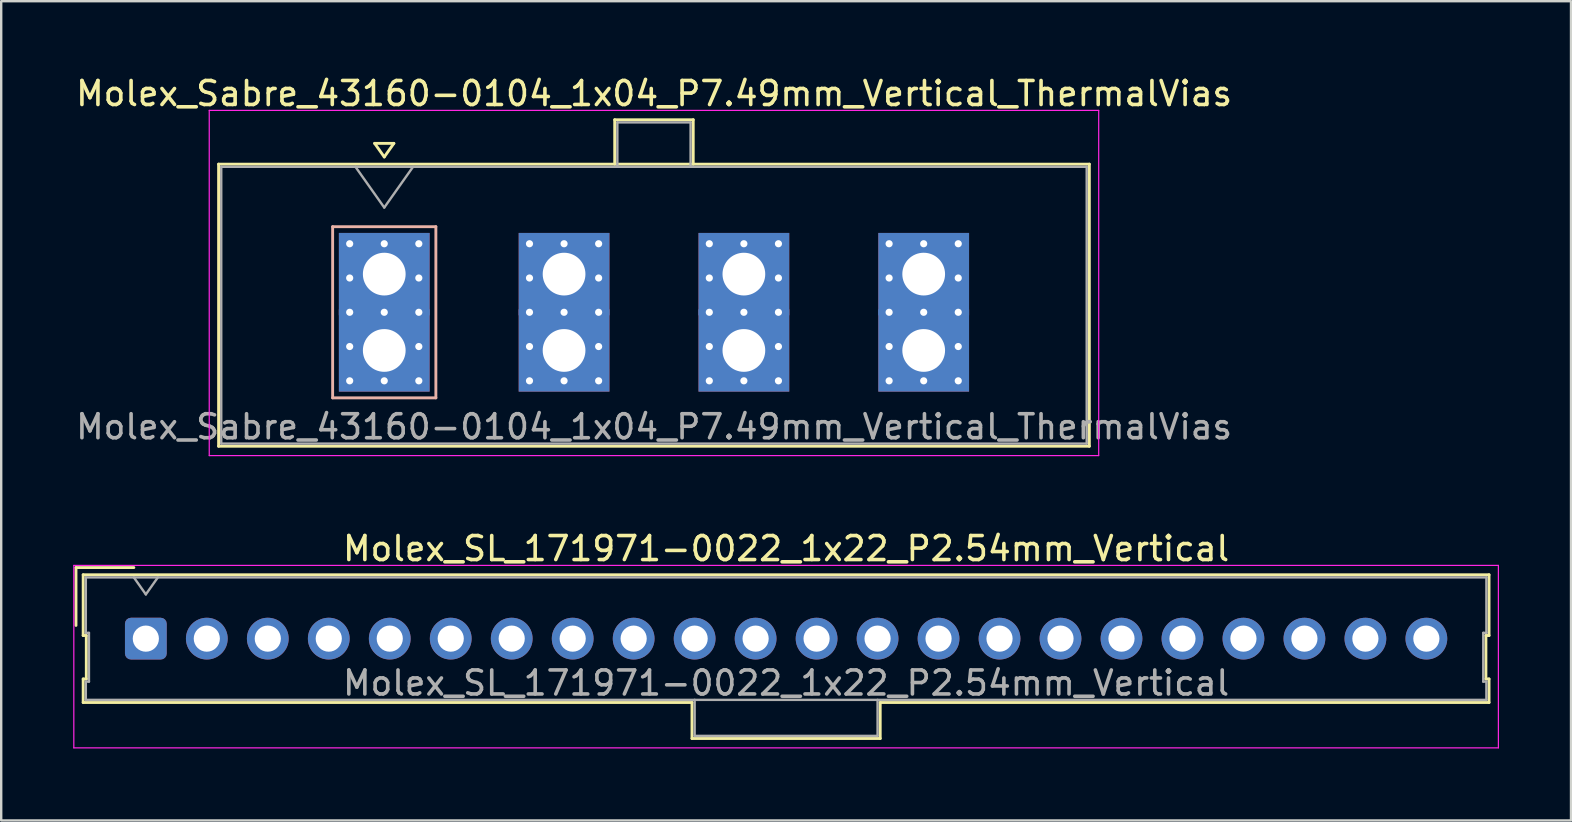
<source format=kicad_pcb>
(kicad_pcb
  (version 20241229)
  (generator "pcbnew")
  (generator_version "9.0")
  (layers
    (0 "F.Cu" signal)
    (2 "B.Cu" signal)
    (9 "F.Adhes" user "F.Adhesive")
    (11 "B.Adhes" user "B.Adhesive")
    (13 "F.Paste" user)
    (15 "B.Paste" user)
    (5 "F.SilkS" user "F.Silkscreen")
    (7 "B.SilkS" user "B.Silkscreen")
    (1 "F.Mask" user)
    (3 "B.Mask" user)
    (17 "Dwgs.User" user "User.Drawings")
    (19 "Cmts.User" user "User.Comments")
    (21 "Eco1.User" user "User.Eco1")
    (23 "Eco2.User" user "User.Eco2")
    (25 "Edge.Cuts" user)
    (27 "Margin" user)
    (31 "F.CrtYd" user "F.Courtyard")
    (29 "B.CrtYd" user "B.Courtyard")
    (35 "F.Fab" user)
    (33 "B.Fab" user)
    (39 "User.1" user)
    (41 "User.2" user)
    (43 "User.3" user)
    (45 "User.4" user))
  (footprint "Molex_Sabre_43160-0104_1x04_P7.49mm_Vertical_ThermalVias"
    (layer "F.Cu")
    (at 12.956 11.548)
    (property "Reference" "Molex_Sabre_43160-0104_1x04_P7.49mm_Vertical_ThermalVias" (at 11.24 -10.7 0) (layer "F.SilkS") (effects (font (size 1 1) (thickness 0.15))))
    (attr through_hole)
    (fp_line (start -6.9 -7.76) (end -6.9 3.99) (stroke (width 0.12) (type solid)) (layer "F.SilkS"))
    (fp_line (start -6.9 3.99) (end 29.37 3.99) (stroke (width 0.12) (type solid)) (layer "F.SilkS"))
    (fp_line (start -0.4 -8.626) (end 0 -8.06) (stroke (width 0.12) (type solid)) (layer "F.SilkS"))
    (fp_line (start 0 -8.06) (end 0.4 -8.626) (stroke (width 0.12) (type solid)) (layer "F.SilkS"))
    (fp_line (start 0.4 -8.626) (end -0.4 -8.626) (stroke (width 0.12) (type solid)) (layer "F.SilkS"))
    (fp_line (start 9.6 -9.61) (end 12.87 -9.61) (stroke (width 0.12) (type solid)) (layer "F.SilkS"))
    (fp_line (start 9.6 -7.76) (end 9.6 -9.61) (stroke (width 0.12) (type solid)) (layer "F.SilkS"))
    (fp_line (start 12.87 -9.61) (end 12.87 -7.76) (stroke (width 0.12) (type solid)) (layer "F.SilkS"))
    (fp_line (start 29.37 -7.76) (end -6.9 -7.76) (stroke (width 0.12) (type solid)) (layer "F.SilkS"))
    (fp_line (start 29.37 3.99) (end 29.37 -7.76) (stroke (width 0.12) (type solid)) (layer "F.SilkS"))
    (fp_line (start -2.15 -5.155) (end -2.15 1.975) (stroke (width 0.12) (type solid)) (layer "B.SilkS"))
    (fp_line (start -2.15 1.975) (end 2.15 1.975) (stroke (width 0.12) (type solid)) (layer "B.SilkS"))
    (fp_line (start 2.15 -5.155) (end -2.15 -5.155) (stroke (width 0.12) (type solid)) (layer "B.SilkS"))
    (fp_line (start 2.15 1.975) (end 2.15 -5.155) (stroke (width 0.12) (type solid)) (layer "B.SilkS"))
    (fp_line (start -7.29 -10) (end -7.29 4.38) (stroke (width 0.05) (type solid)) (layer "F.CrtYd"))
    (fp_line (start -7.29 4.38) (end 29.76 4.38) (stroke (width 0.05) (type solid)) (layer "F.CrtYd"))
    (fp_line (start 29.76 -10) (end -7.29 -10) (stroke (width 0.05) (type solid)) (layer "F.CrtYd"))
    (fp_line (start 29.76 4.38) (end 29.76 -10) (stroke (width 0.05) (type solid)) (layer "F.CrtYd"))
    (fp_line (start -6.79 -7.65) (end -6.79 3.88) (stroke (width 0.1) (type solid)) (layer "F.Fab"))
    (fp_line (start -6.79 3.88) (end 29.26 3.88) (stroke (width 0.1) (type solid)) (layer "F.Fab"))
    (fp_line (start -1.2 -7.65) (end 0 -5.953) (stroke (width 0.1) (type solid)) (layer "F.Fab"))
    (fp_line (start 0 -5.953) (end 1.2 -7.65) (stroke (width 0.1) (type solid)) (layer "F.Fab"))
    (fp_line (start 9.71 -9.5) (end 12.76 -9.5) (stroke (width 0.1) (type solid)) (layer "F.Fab"))
    (fp_line (start 9.71 -7.65) (end 9.71 -9.5) (stroke (width 0.1) (type solid)) (layer "F.Fab"))
    (fp_line (start 12.76 -9.5) (end 12.76 -7.65) (stroke (width 0.1) (type solid)) (layer "F.Fab"))
    (fp_line (start 29.26 -7.65) (end -6.79 -7.65) (stroke (width 0.1) (type solid)) (layer "F.Fab"))
    (fp_line (start 29.26 3.88) (end 29.26 -7.65) (stroke (width 0.1) (type solid)) (layer "F.Fab"))
    (fp_text user "${REFERENCE}" (at 11.24 3.18 0) (layer "F.Fab") (effects (font (size 1 1) (thickness 0.15))))
    (pad "1" thru_hole rect (at -1.44 -4.445) (size 0.6 0.6) (drill 0.3) (layers "*.Cu" "*.Mask"))
    (pad "1" thru_hole rect (at -1.44 -3.018) (size 0.6 0.6) (drill 0.3) (layers "*.Cu" "*.Mask"))
    (pad "1" thru_hole rect (at -1.44 -1.59) (size 0.6 0.6) (drill 0.3) (layers "*.Cu" "*.Mask"))
    (pad "1" thru_hole rect (at -1.44 -0.163) (size 0.6 0.6) (drill 0.3) (layers "*.Cu" "*.Mask"))
    (pad "1" thru_hole rect (at -1.44 1.265) (size 0.6 0.6) (drill 0.3) (layers "*.Cu" "*.Mask"))
    (pad "1" thru_hole rect (at 0 -4.445) (size 0.6 0.6) (drill 0.3) (layers "*.Cu" "*.Mask"))
    (pad "1" thru_hole rect (at 0 -3.18) (size 3.78 3.43) (drill 1.78) (layers "*.Cu" "*.Mask"))
    (pad "1" thru_hole rect (at 0 -1.59) (size 0.6 0.6) (drill 0.3) (layers "*.Cu" "*.Mask"))
    (pad "1" thru_hole rect (at 0 0) (size 3.78 3.43) (drill 1.78) (layers "*.Cu" "*.Mask"))
    (pad "1" thru_hole rect (at 0 1.265) (size 0.6 0.6) (drill 0.3) (layers "*.Cu" "*.Mask"))
    (pad "1" thru_hole rect (at 1.44 -4.445) (size 0.6 0.6) (drill 0.3) (layers "*.Cu" "*.Mask"))
    (pad "1" thru_hole rect (at 1.44 -3.018) (size 0.6 0.6) (drill 0.3) (layers "*.Cu" "*.Mask"))
    (pad "1" thru_hole rect (at 1.44 -1.59) (size 0.6 0.6) (drill 0.3) (layers "*.Cu" "*.Mask"))
    (pad "1" thru_hole rect (at 1.44 -0.163) (size 0.6 0.6) (drill 0.3) (layers "*.Cu" "*.Mask"))
    (pad "1" thru_hole rect (at 1.44 1.265) (size 0.6 0.6) (drill 0.3) (layers "*.Cu" "*.Mask"))
    (pad "2" thru_hole circle (at 6.05 -4.445) (size 0.6 0.6) (drill 0.3) (layers "*.Cu" "*.Mask"))
    (pad "2" thru_hole circle (at 6.05 -3.018) (size 0.6 0.6) (drill 0.3) (layers "*.Cu" "*.Mask"))
    (pad "2" thru_hole circle (at 6.05 -1.59) (size 0.6 0.6) (drill 0.3) (layers "*.Cu" "*.Mask"))
    (pad "2" thru_hole circle (at 6.05 -0.163) (size 0.6 0.6) (drill 0.3) (layers "*.Cu" "*.Mask"))
    (pad "2" thru_hole circle (at 6.05 1.265) (size 0.6 0.6) (drill 0.3) (layers "*.Cu" "*.Mask"))
    (pad "2" thru_hole circle (at 7.49 -4.445) (size 0.6 0.6) (drill 0.3) (layers "*.Cu" "*.Mask"))
    (pad "2" thru_hole rect (at 7.49 -3.18) (size 3.78 3.43) (drill 1.78) (layers "*.Cu" "*.Mask"))
    (pad "2" thru_hole circle (at 7.49 -1.59) (size 0.6 0.6) (drill 0.3) (layers "*.Cu" "*.Mask"))
    (pad "2" thru_hole rect (at 7.49 0) (size 3.78 3.43) (drill 1.78) (layers "*.Cu" "*.Mask"))
    (pad "2" thru_hole circle (at 7.49 1.265) (size 0.6 0.6) (drill 0.3) (layers "*.Cu" "*.Mask"))
    (pad "2" thru_hole circle (at 8.93 -4.445) (size 0.6 0.6) (drill 0.3) (layers "*.Cu" "*.Mask"))
    (pad "2" thru_hole circle (at 8.93 -3.018) (size 0.6 0.6) (drill 0.3) (layers "*.Cu" "*.Mask"))
    (pad "2" thru_hole circle (at 8.93 -1.59) (size 0.6 0.6) (drill 0.3) (layers "*.Cu" "*.Mask"))
    (pad "2" thru_hole circle (at 8.93 -0.163) (size 0.6 0.6) (drill 0.3) (layers "*.Cu" "*.Mask"))
    (pad "2" thru_hole circle (at 8.93 1.265) (size 0.6 0.6) (drill 0.3) (layers "*.Cu" "*.Mask"))
    (pad "3" thru_hole circle (at 13.54 -4.445) (size 0.6 0.6) (drill 0.3) (layers "*.Cu" "*.Mask"))
    (pad "3" thru_hole circle (at 13.54 -3.018) (size 0.6 0.6) (drill 0.3) (layers "*.Cu" "*.Mask"))
    (pad "3" thru_hole circle (at 13.54 -1.59) (size 0.6 0.6) (drill 0.3) (layers "*.Cu" "*.Mask"))
    (pad "3" thru_hole circle (at 13.54 -0.163) (size 0.6 0.6) (drill 0.3) (layers "*.Cu" "*.Mask"))
    (pad "3" thru_hole circle (at 13.54 1.265) (size 0.6 0.6) (drill 0.3) (layers "*.Cu" "*.Mask"))
    (pad "3" thru_hole circle (at 14.98 -4.445) (size 0.6 0.6) (drill 0.3) (layers "*.Cu" "*.Mask"))
    (pad "3" thru_hole rect (at 14.98 -3.18) (size 3.78 3.43) (drill 1.78) (layers "*.Cu" "*.Mask"))
    (pad "3" thru_hole circle (at 14.98 -1.59) (size 0.6 0.6) (drill 0.3) (layers "*.Cu" "*.Mask"))
    (pad "3" thru_hole rect (at 14.98 0) (size 3.78 3.43) (drill 1.78) (layers "*.Cu" "*.Mask"))
    (pad "3" thru_hole circle (at 14.98 1.265) (size 0.6 0.6) (drill 0.3) (layers "*.Cu" "*.Mask"))
    (pad "3" thru_hole circle (at 16.42 -4.445) (size 0.6 0.6) (drill 0.3) (layers "*.Cu" "*.Mask"))
    (pad "3" thru_hole circle (at 16.42 -3.018) (size 0.6 0.6) (drill 0.3) (layers "*.Cu" "*.Mask"))
    (pad "3" thru_hole circle (at 16.42 -1.59) (size 0.6 0.6) (drill 0.3) (layers "*.Cu" "*.Mask"))
    (pad "3" thru_hole circle (at 16.42 -0.163) (size 0.6 0.6) (drill 0.3) (layers "*.Cu" "*.Mask"))
    (pad "3" thru_hole circle (at 16.42 1.265) (size 0.6 0.6) (drill 0.3) (layers "*.Cu" "*.Mask"))
    (pad "4" thru_hole circle (at 21.03 -4.445) (size 0.6 0.6) (drill 0.3) (layers "*.Cu" "*.Mask"))
    (pad "4" thru_hole circle (at 21.03 -3.018) (size 0.6 0.6) (drill 0.3) (layers "*.Cu" "*.Mask"))
    (pad "4" thru_hole circle (at 21.03 -1.59) (size 0.6 0.6) (drill 0.3) (layers "*.Cu" "*.Mask"))
    (pad "4" thru_hole circle (at 21.03 -0.163) (size 0.6 0.6) (drill 0.3) (layers "*.Cu" "*.Mask"))
    (pad "4" thru_hole circle (at 21.03 1.265) (size 0.6 0.6) (drill 0.3) (layers "*.Cu" "*.Mask"))
    (pad "4" thru_hole circle (at 22.47 -4.445) (size 0.6 0.6) (drill 0.3) (layers "*.Cu" "*.Mask"))
    (pad "4" thru_hole rect (at 22.47 -3.18) (size 3.78 3.43) (drill 1.78) (layers "*.Cu" "*.Mask"))
    (pad "4" thru_hole circle (at 22.47 -1.59) (size 0.6 0.6) (drill 0.3) (layers "*.Cu" "*.Mask"))
    (pad "4" thru_hole rect (at 22.47 0) (size 3.78 3.43) (drill 1.78) (layers "*.Cu" "*.Mask"))
    (pad "4" thru_hole circle (at 22.47 1.265) (size 0.6 0.6) (drill 0.3) (layers "*.Cu" "*.Mask"))
    (pad "4" thru_hole circle (at 23.91 -4.445) (size 0.6 0.6) (drill 0.3) (layers "*.Cu" "*.Mask"))
    (pad "4" thru_hole circle (at 23.91 -3.018) (size 0.6 0.6) (drill 0.3) (layers "*.Cu" "*.Mask"))
    (pad "4" thru_hole circle (at 23.91 -1.59) (size 0.6 0.6) (drill 0.3) (layers "*.Cu" "*.Mask"))
    (pad "4" thru_hole circle (at 23.91 -0.163) (size 0.6 0.6) (drill 0.3) (layers "*.Cu" "*.Mask"))
    (pad "4" thru_hole circle (at 23.91 1.265) (size 0.6 0.6) (drill 0.3) (layers "*.Cu" "*.Mask")))
  (footprint "Molex_SL_171971-0022_1x22_P2.54mm_Vertical"
    (layer "F.Cu")
    (at 3.025 23.552)
    (property "Reference" "Molex_SL_171971-0022_1x22_P2.54mm_Vertical" (at 26.67 -3.75 0) (layer "F.SilkS") (effects (font (size 1 1) (thickness 0.15))))
    (attr through_hole)
    (fp_line (start -2.91 -2.96) (end -0.5 -2.96) (stroke (width 0.12) (type solid)) (layer "F.SilkS"))
    (fp_line (start -2.91 -0.55) (end -2.91 -2.96) (stroke (width 0.12) (type solid)) (layer "F.SilkS"))
    (fp_line (start -2.61 -2.66) (end -2.61 -0.13) (stroke (width 0.12) (type solid)) (layer "F.SilkS"))
    (fp_line (start -2.61 -0.13) (end -2.48 -0.13) (stroke (width 0.12) (type solid)) (layer "F.SilkS"))
    (fp_line (start -2.61 1.68) (end -2.61 2.66) (stroke (width 0.12) (type solid)) (layer "F.SilkS"))
    (fp_line (start -2.61 2.66) (end 22.75 2.66) (stroke (width 0.12) (type solid)) (layer "F.SilkS"))
    (fp_line (start -2.48 -0.13) (end -2.48 1.68) (stroke (width 0.12) (type solid)) (layer "F.SilkS"))
    (fp_line (start -2.48 1.68) (end -2.61 1.68) (stroke (width 0.12) (type solid)) (layer "F.SilkS"))
    (fp_line (start 22.75 2.66) (end 22.75 4.16) (stroke (width 0.12) (type solid)) (layer "F.SilkS"))
    (fp_line (start 22.75 4.16) (end 30.59 4.16) (stroke (width 0.12) (type solid)) (layer "F.SilkS"))
    (fp_line (start 30.59 2.66) (end 55.95 2.66) (stroke (width 0.12) (type solid)) (layer "F.SilkS"))
    (fp_line (start 30.59 4.16) (end 30.59 2.66) (stroke (width 0.12) (type solid)) (layer "F.SilkS"))
    (fp_line (start 55.82 -0.13) (end 55.95 -0.13) (stroke (width 0.12) (type solid)) (layer "F.SilkS"))
    (fp_line (start 55.82 1.68) (end 55.82 -0.13) (stroke (width 0.12) (type solid)) (layer "F.SilkS"))
    (fp_line (start 55.95 -2.66) (end -2.61 -2.66) (stroke (width 0.12) (type solid)) (layer "F.SilkS"))
    (fp_line (start 55.95 -0.13) (end 55.95 -2.66) (stroke (width 0.12) (type solid)) (layer "F.SilkS"))
    (fp_line (start 55.95 1.68) (end 55.82 1.68) (stroke (width 0.12) (type solid)) (layer "F.SilkS"))
    (fp_line (start 55.95 2.66) (end 55.95 1.68) (stroke (width 0.12) (type solid)) (layer "F.SilkS"))
    (fp_line (start -3 -3.05) (end -3 4.55) (stroke (width 0.05) (type solid)) (layer "F.CrtYd"))
    (fp_line (start -3 4.55) (end 56.34 4.55) (stroke (width 0.05) (type solid)) (layer "F.CrtYd"))
    (fp_line (start 56.34 -3.05) (end -3 -3.05) (stroke (width 0.05) (type solid)) (layer "F.CrtYd"))
    (fp_line (start 56.34 4.55) (end 56.34 -3.05) (stroke (width 0.05) (type solid)) (layer "F.CrtYd"))
    (fp_line (start -2.5 -2.55) (end -2.5 -0.24) (stroke (width 0.1) (type solid)) (layer "F.Fab"))
    (fp_line (start -2.5 -0.24) (end -2.37 -0.24) (stroke (width 0.1) (type solid)) (layer "F.Fab"))
    (fp_line (start -2.5 1.79) (end -2.5 2.55) (stroke (width 0.1) (type solid)) (layer "F.Fab"))
    (fp_line (start -2.5 2.55) (end 55.84 2.55) (stroke (width 0.1) (type solid)) (layer "F.Fab"))
    (fp_line (start -2.37 -0.24) (end -2.37 1.79) (stroke (width 0.1) (type solid)) (layer "F.Fab"))
    (fp_line (start -2.37 1.79) (end -2.5 1.79) (stroke (width 0.1) (type solid)) (layer "F.Fab"))
    (fp_line (start 0 -1.843) (end -0.5 -2.55) (stroke (width 0.1) (type solid)) (layer "F.Fab"))
    (fp_line (start 0.5 -2.55) (end 0 -1.843) (stroke (width 0.1) (type solid)) (layer "F.Fab"))
    (fp_line (start 22.86 2.55) (end 22.86 4.05) (stroke (width 0.1) (type solid)) (layer "F.Fab"))
    (fp_line (start 22.86 4.05) (end 30.48 4.05) (stroke (width 0.1) (type solid)) (layer "F.Fab"))
    (fp_line (start 30.48 4.05) (end 30.48 2.55) (stroke (width 0.1) (type solid)) (layer "F.Fab"))
    (fp_line (start 55.71 -0.24) (end 55.84 -0.24) (stroke (width 0.1) (type solid)) (layer "F.Fab"))
    (fp_line (start 55.71 1.79) (end 55.71 -0.24) (stroke (width 0.1) (type solid)) (layer "F.Fab"))
    (fp_line (start 55.84 -2.55) (end -2.5 -2.55) (stroke (width 0.1) (type solid)) (layer "F.Fab"))
    (fp_line (start 55.84 -0.24) (end 55.84 -2.55) (stroke (width 0.1) (type solid)) (layer "F.Fab"))
    (fp_line (start 55.84 1.79) (end 55.71 1.79) (stroke (width 0.1) (type solid)) (layer "F.Fab"))
    (fp_line (start 55.84 2.55) (end 55.84 1.79) (stroke (width 0.1) (type solid)) (layer "F.Fab"))
    (fp_text user "${REFERENCE}" (at 26.67 1.85 0) (layer "F.Fab") (effects (font (size 1 1) (thickness 0.15))))
    (pad "1" thru_hole roundrect (at 0 0) (size 1.74 1.74) (drill 1.09) (layers "*.Cu" "*.Mask") (roundrect_rratio 0.144))
    (pad "2" thru_hole circle (at 2.54 0) (size 1.74 1.74) (drill 1.09) (layers "*.Cu" "*.Mask"))
    (pad "3" thru_hole circle (at 5.08 0) (size 1.74 1.74) (drill 1.09) (layers "*.Cu" "*.Mask"))
    (pad "4" thru_hole circle (at 7.62 0) (size 1.74 1.74) (drill 1.09) (layers "*.Cu" "*.Mask"))
    (pad "5" thru_hole circle (at 10.16 0) (size 1.74 1.74) (drill 1.09) (layers "*.Cu" "*.Mask"))
    (pad "6" thru_hole circle (at 12.7 0) (size 1.74 1.74) (drill 1.09) (layers "*.Cu" "*.Mask"))
    (pad "7" thru_hole circle (at 15.24 0) (size 1.74 1.74) (drill 1.09) (layers "*.Cu" "*.Mask"))
    (pad "8" thru_hole circle (at 17.78 0) (size 1.74 1.74) (drill 1.09) (layers "*.Cu" "*.Mask"))
    (pad "9" thru_hole circle (at 20.32 0) (size 1.74 1.74) (drill 1.09) (layers "*.Cu" "*.Mask"))
    (pad "10" thru_hole circle (at 22.86 0) (size 1.74 1.74) (drill 1.09) (layers "*.Cu" "*.Mask"))
    (pad "11" thru_hole circle (at 25.4 0) (size 1.74 1.74) (drill 1.09) (layers "*.Cu" "*.Mask"))
    (pad "12" thru_hole circle (at 27.94 0) (size 1.74 1.74) (drill 1.09) (layers "*.Cu" "*.Mask"))
    (pad "13" thru_hole circle (at 30.48 0) (size 1.74 1.74) (drill 1.09) (layers "*.Cu" "*.Mask"))
    (pad "14" thru_hole circle (at 33.02 0) (size 1.74 1.74) (drill 1.09) (layers "*.Cu" "*.Mask"))
    (pad "15" thru_hole circle (at 35.56 0) (size 1.74 1.74) (drill 1.09) (layers "*.Cu" "*.Mask"))
    (pad "16" thru_hole circle (at 38.1 0) (size 1.74 1.74) (drill 1.09) (layers "*.Cu" "*.Mask"))
    (pad "17" thru_hole circle (at 40.64 0) (size 1.74 1.74) (drill 1.09) (layers "*.Cu" "*.Mask"))
    (pad "18" thru_hole circle (at 43.18 0) (size 1.74 1.74) (drill 1.09) (layers "*.Cu" "*.Mask"))
    (pad "19" thru_hole circle (at 45.72 0) (size 1.74 1.74) (drill 1.09) (layers "*.Cu" "*.Mask"))
    (pad "20" thru_hole circle (at 48.26 0) (size 1.74 1.74) (drill 1.09) (layers "*.Cu" "*.Mask"))
    (pad "21" thru_hole circle (at 50.8 0) (size 1.74 1.74) (drill 1.09) (layers "*.Cu" "*.Mask"))
    (pad "22" thru_hole circle (at 53.34 0) (size 1.74 1.74) (drill 1.09) (layers "*.Cu" "*.Mask")))
  (gr_rect
    (start -3 -3)
    (end 62.39 31.127)
    (stroke (width 0.1) (type default))
    (fill no)
    (layer "Edge.Cuts")))
</source>
